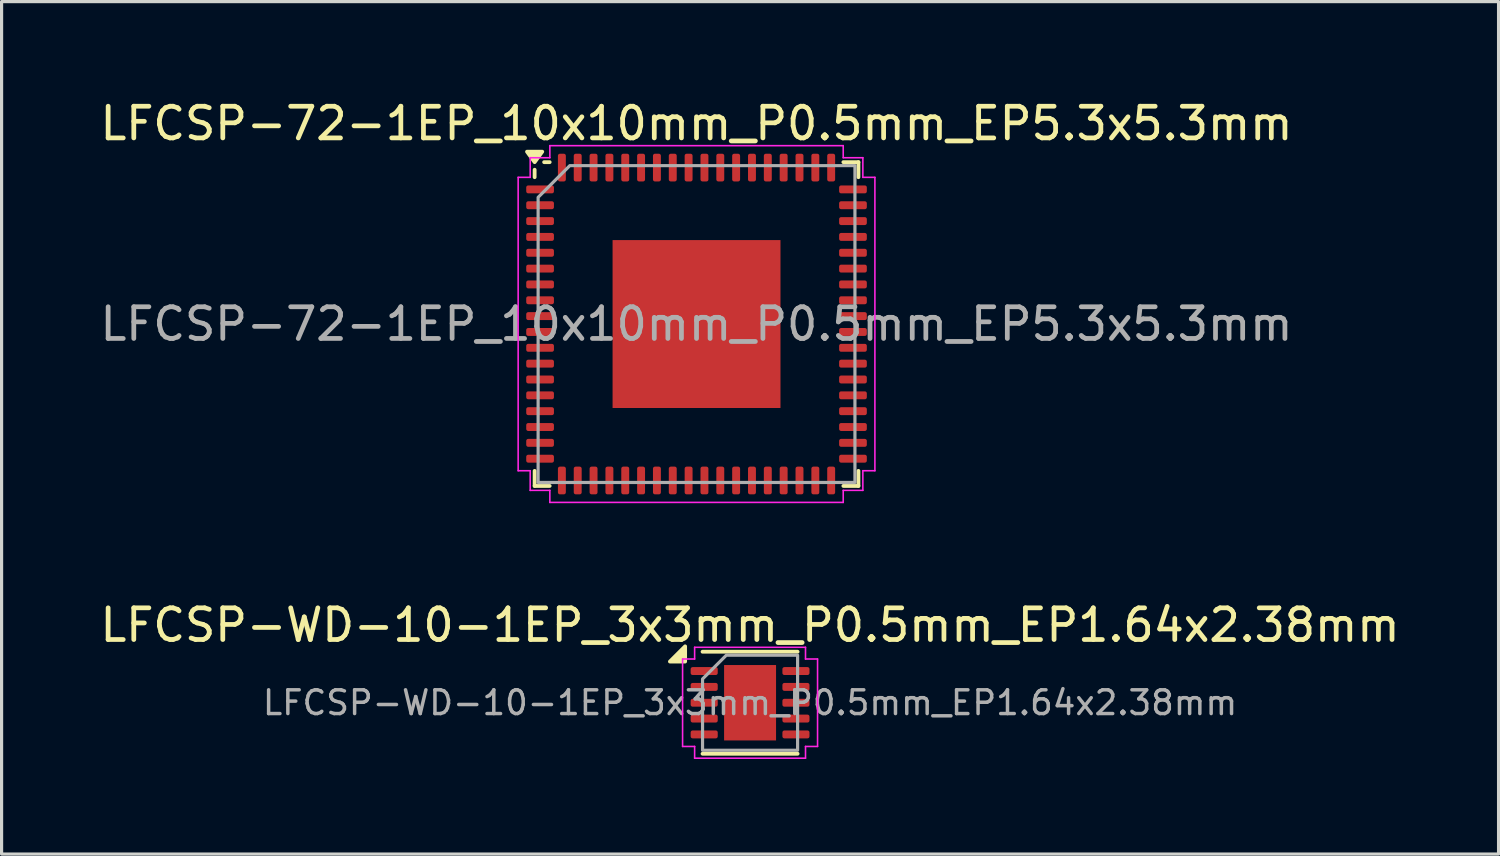
<source format=kicad_pcb>
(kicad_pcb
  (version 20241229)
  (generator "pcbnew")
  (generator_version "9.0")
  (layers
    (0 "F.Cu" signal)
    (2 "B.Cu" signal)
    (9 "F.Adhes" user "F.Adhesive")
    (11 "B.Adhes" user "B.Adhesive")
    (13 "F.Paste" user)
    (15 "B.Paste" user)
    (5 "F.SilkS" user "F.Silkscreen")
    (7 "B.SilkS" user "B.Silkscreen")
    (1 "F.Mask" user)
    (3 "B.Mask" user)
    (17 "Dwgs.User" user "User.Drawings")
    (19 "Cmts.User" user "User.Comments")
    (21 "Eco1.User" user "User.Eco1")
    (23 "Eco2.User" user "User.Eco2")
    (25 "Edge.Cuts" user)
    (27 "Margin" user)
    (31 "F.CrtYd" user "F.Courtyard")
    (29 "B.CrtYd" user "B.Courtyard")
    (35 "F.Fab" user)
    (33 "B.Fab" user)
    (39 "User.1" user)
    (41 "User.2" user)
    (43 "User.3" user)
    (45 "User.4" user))
  (footprint "LFCSP-72-1EP_10x10mm_P0.5mm_EP5.3x5.3mm"
    (layer "F.Cu")
    (at 18.935 7.178)
    (property "Reference" "LFCSP-72-1EP_10x10mm_P0.5mm_EP5.3x5.3mm" (at 0 -6.33 0) (layer "F.SilkS") (effects (font (size 1 1) (thickness 0.15))))
    (attr smd)
    (fp_line (start -5.11 -4.635) (end -5.11 -4.87) (stroke (width 0.12) (type solid)) (layer "F.SilkS"))
    (fp_line (start -5.11 5.11) (end -5.11 4.635) (stroke (width 0.12) (type solid)) (layer "F.SilkS"))
    (fp_line (start -4.635 -5.11) (end -4.81 -5.11) (stroke (width 0.12) (type solid)) (layer "F.SilkS"))
    (fp_line (start -4.635 5.11) (end -5.11 5.11) (stroke (width 0.12) (type solid)) (layer "F.SilkS"))
    (fp_line (start 4.635 -5.11) (end 5.11 -5.11) (stroke (width 0.12) (type solid)) (layer "F.SilkS"))
    (fp_line (start 4.635 5.11) (end 5.11 5.11) (stroke (width 0.12) (type solid)) (layer "F.SilkS"))
    (fp_line (start 5.11 -5.11) (end 5.11 -4.635) (stroke (width 0.12) (type solid)) (layer "F.SilkS"))
    (fp_line (start 5.11 5.11) (end 5.11 4.635) (stroke (width 0.12) (type solid)) (layer "F.SilkS"))
    (fp_poly (pts (xy -5.11 -5.11) (xy -5.35 -5.44) (xy -4.87 -5.44)) (stroke (width 0.12) (type solid)) (fill yes) (layer "F.SilkS"))
    (fp_line (start -5.63 -4.63) (end -5.25 -4.63) (stroke (width 0.05) (type solid)) (layer "F.CrtYd"))
    (fp_line (start -5.63 4.63) (end -5.63 -4.63) (stroke (width 0.05) (type solid)) (layer "F.CrtYd"))
    (fp_line (start -5.25 -5.25) (end -4.63 -5.25) (stroke (width 0.05) (type solid)) (layer "F.CrtYd"))
    (fp_line (start -5.25 -4.63) (end -5.25 -5.25) (stroke (width 0.05) (type solid)) (layer "F.CrtYd"))
    (fp_line (start -5.25 4.63) (end -5.63 4.63) (stroke (width 0.05) (type solid)) (layer "F.CrtYd"))
    (fp_line (start -5.25 5.25) (end -5.25 4.63) (stroke (width 0.05) (type solid)) (layer "F.CrtYd"))
    (fp_line (start -4.63 -5.63) (end 4.63 -5.63) (stroke (width 0.05) (type solid)) (layer "F.CrtYd"))
    (fp_line (start -4.63 -5.25) (end -4.63 -5.63) (stroke (width 0.05) (type solid)) (layer "F.CrtYd"))
    (fp_line (start -4.63 5.25) (end -5.25 5.25) (stroke (width 0.05) (type solid)) (layer "F.CrtYd"))
    (fp_line (start -4.63 5.63) (end -4.63 5.25) (stroke (width 0.05) (type solid)) (layer "F.CrtYd"))
    (fp_line (start 4.63 -5.63) (end 4.63 -5.25) (stroke (width 0.05) (type solid)) (layer "F.CrtYd"))
    (fp_line (start 4.63 -5.25) (end 5.25 -5.25) (stroke (width 0.05) (type solid)) (layer "F.CrtYd"))
    (fp_line (start 4.63 5.25) (end 4.63 5.63) (stroke (width 0.05) (type solid)) (layer "F.CrtYd"))
    (fp_line (start 4.63 5.63) (end -4.63 5.63) (stroke (width 0.05) (type solid)) (layer "F.CrtYd"))
    (fp_line (start 5.25 -5.25) (end 5.25 -4.63) (stroke (width 0.05) (type solid)) (layer "F.CrtYd"))
    (fp_line (start 5.25 -4.63) (end 5.63 -4.63) (stroke (width 0.05) (type solid)) (layer "F.CrtYd"))
    (fp_line (start 5.25 4.63) (end 5.25 5.25) (stroke (width 0.05) (type solid)) (layer "F.CrtYd"))
    (fp_line (start 5.25 5.25) (end 4.63 5.25) (stroke (width 0.05) (type solid)) (layer "F.CrtYd"))
    (fp_line (start 5.63 -4.63) (end 5.63 4.63) (stroke (width 0.05) (type solid)) (layer "F.CrtYd"))
    (fp_line (start 5.63 4.63) (end 5.25 4.63) (stroke (width 0.05) (type solid)) (layer "F.CrtYd"))
    (fp_poly (pts (xy -5 -4) (xy -5 5) (xy 5 5) (xy 5 -5) (xy -4 -5)) (stroke (width 0.1) (type solid)) (fill no) (layer "F.Fab"))
    (fp_text user "${REFERENCE}" (at 0 0 0) (layer "F.Fab") (effects (font (size 1 1) (thickness 0.15))))
    (pad "" smd roundrect (at -1.77 -1.77) (size 1.42 1.42) (layers "F.Paste") (roundrect_rratio 0.176))
    (pad "" smd roundrect (at -1.77 0) (size 1.42 1.42) (layers "F.Paste") (roundrect_rratio 0.176))
    (pad "" smd roundrect (at -1.77 1.77) (size 1.42 1.42) (layers "F.Paste") (roundrect_rratio 0.176))
    (pad "" smd roundrect (at 0 -1.77) (size 1.42 1.42) (layers "F.Paste") (roundrect_rratio 0.176))
    (pad "" smd roundrect (at 0 0) (size 1.42 1.42) (layers "F.Paste") (roundrect_rratio 0.176))
    (pad "" smd roundrect (at 0 1.77) (size 1.42 1.42) (layers "F.Paste") (roundrect_rratio 0.176))
    (pad "" smd roundrect (at 1.77 -1.77) (size 1.42 1.42) (layers "F.Paste") (roundrect_rratio 0.176))
    (pad "" smd roundrect (at 1.77 0) (size 1.42 1.42) (layers "F.Paste") (roundrect_rratio 0.176))
    (pad "" smd roundrect (at 1.77 1.77) (size 1.42 1.42) (layers "F.Paste") (roundrect_rratio 0.176))
    (pad "1" smd roundrect (at -4.938 -4.25) (size 0.875 0.25) (layers "F.Cu" "F.Mask" "F.Paste") (roundrect_rratio 0.25))
    (pad "2" smd roundrect (at -4.938 -3.75) (size 0.875 0.25) (layers "F.Cu" "F.Mask" "F.Paste") (roundrect_rratio 0.25))
    (pad "3" smd roundrect (at -4.938 -3.25) (size 0.875 0.25) (layers "F.Cu" "F.Mask" "F.Paste") (roundrect_rratio 0.25))
    (pad "4" smd roundrect (at -4.938 -2.75) (size 0.875 0.25) (layers "F.Cu" "F.Mask" "F.Paste") (roundrect_rratio 0.25))
    (pad "5" smd roundrect (at -4.938 -2.25) (size 0.875 0.25) (layers "F.Cu" "F.Mask" "F.Paste") (roundrect_rratio 0.25))
    (pad "6" smd roundrect (at -4.938 -1.75) (size 0.875 0.25) (layers "F.Cu" "F.Mask" "F.Paste") (roundrect_rratio 0.25))
    (pad "7" smd roundrect (at -4.938 -1.25) (size 0.875 0.25) (layers "F.Cu" "F.Mask" "F.Paste") (roundrect_rratio 0.25))
    (pad "8" smd roundrect (at -4.938 -0.75) (size 0.875 0.25) (layers "F.Cu" "F.Mask" "F.Paste") (roundrect_rratio 0.25))
    (pad "9" smd roundrect (at -4.938 -0.25) (size 0.875 0.25) (layers "F.Cu" "F.Mask" "F.Paste") (roundrect_rratio 0.25))
    (pad "10" smd roundrect (at -4.938 0.25) (size 0.875 0.25) (layers "F.Cu" "F.Mask" "F.Paste") (roundrect_rratio 0.25))
    (pad "11" smd roundrect (at -4.938 0.75) (size 0.875 0.25) (layers "F.Cu" "F.Mask" "F.Paste") (roundrect_rratio 0.25))
    (pad "12" smd roundrect (at -4.938 1.25) (size 0.875 0.25) (layers "F.Cu" "F.Mask" "F.Paste") (roundrect_rratio 0.25))
    (pad "13" smd roundrect (at -4.938 1.75) (size 0.875 0.25) (layers "F.Cu" "F.Mask" "F.Paste") (roundrect_rratio 0.25))
    (pad "14" smd roundrect (at -4.938 2.25) (size 0.875 0.25) (layers "F.Cu" "F.Mask" "F.Paste") (roundrect_rratio 0.25))
    (pad "15" smd roundrect (at -4.938 2.75) (size 0.875 0.25) (layers "F.Cu" "F.Mask" "F.Paste") (roundrect_rratio 0.25))
    (pad "16" smd roundrect (at -4.938 3.25) (size 0.875 0.25) (layers "F.Cu" "F.Mask" "F.Paste") (roundrect_rratio 0.25))
    (pad "17" smd roundrect (at -4.938 3.75) (size 0.875 0.25) (layers "F.Cu" "F.Mask" "F.Paste") (roundrect_rratio 0.25))
    (pad "18" smd roundrect (at -4.938 4.25) (size 0.875 0.25) (layers "F.Cu" "F.Mask" "F.Paste") (roundrect_rratio 0.25))
    (pad "19" smd roundrect (at -4.25 4.938) (size 0.25 0.875) (layers "F.Cu" "F.Mask" "F.Paste") (roundrect_rratio 0.25))
    (pad "20" smd roundrect (at -3.75 4.938) (size 0.25 0.875) (layers "F.Cu" "F.Mask" "F.Paste") (roundrect_rratio 0.25))
    (pad "21" smd roundrect (at -3.25 4.938) (size 0.25 0.875) (layers "F.Cu" "F.Mask" "F.Paste") (roundrect_rratio 0.25))
    (pad "22" smd roundrect (at -2.75 4.938) (size 0.25 0.875) (layers "F.Cu" "F.Mask" "F.Paste") (roundrect_rratio 0.25))
    (pad "23" smd roundrect (at -2.25 4.938) (size 0.25 0.875) (layers "F.Cu" "F.Mask" "F.Paste") (roundrect_rratio 0.25))
    (pad "24" smd roundrect (at -1.75 4.938) (size 0.25 0.875) (layers "F.Cu" "F.Mask" "F.Paste") (roundrect_rratio 0.25))
    (pad "25" smd roundrect (at -1.25 4.938) (size 0.25 0.875) (layers "F.Cu" "F.Mask" "F.Paste") (roundrect_rratio 0.25))
    (pad "26" smd roundrect (at -0.75 4.938) (size 0.25 0.875) (layers "F.Cu" "F.Mask" "F.Paste") (roundrect_rratio 0.25))
    (pad "27" smd roundrect (at -0.25 4.938) (size 0.25 0.875) (layers "F.Cu" "F.Mask" "F.Paste") (roundrect_rratio 0.25))
    (pad "28" smd roundrect (at 0.25 4.938) (size 0.25 0.875) (layers "F.Cu" "F.Mask" "F.Paste") (roundrect_rratio 0.25))
    (pad "29" smd roundrect (at 0.75 4.938) (size 0.25 0.875) (layers "F.Cu" "F.Mask" "F.Paste") (roundrect_rratio 0.25))
    (pad "30" smd roundrect (at 1.25 4.938) (size 0.25 0.875) (layers "F.Cu" "F.Mask" "F.Paste") (roundrect_rratio 0.25))
    (pad "31" smd roundrect (at 1.75 4.938) (size 0.25 0.875) (layers "F.Cu" "F.Mask" "F.Paste") (roundrect_rratio 0.25))
    (pad "32" smd roundrect (at 2.25 4.938) (size 0.25 0.875) (layers "F.Cu" "F.Mask" "F.Paste") (roundrect_rratio 0.25))
    (pad "33" smd roundrect (at 2.75 4.938) (size 0.25 0.875) (layers "F.Cu" "F.Mask" "F.Paste") (roundrect_rratio 0.25))
    (pad "34" smd roundrect (at 3.25 4.938) (size 0.25 0.875) (layers "F.Cu" "F.Mask" "F.Paste") (roundrect_rratio 0.25))
    (pad "35" smd roundrect (at 3.75 4.938) (size 0.25 0.875) (layers "F.Cu" "F.Mask" "F.Paste") (roundrect_rratio 0.25))
    (pad "36" smd roundrect (at 4.25 4.938) (size 0.25 0.875) (layers "F.Cu" "F.Mask" "F.Paste") (roundrect_rratio 0.25))
    (pad "37" smd roundrect (at 4.938 4.25) (size 0.875 0.25) (layers "F.Cu" "F.Mask" "F.Paste") (roundrect_rratio 0.25))
    (pad "38" smd roundrect (at 4.938 3.75) (size 0.875 0.25) (layers "F.Cu" "F.Mask" "F.Paste") (roundrect_rratio 0.25))
    (pad "39" smd roundrect (at 4.938 3.25) (size 0.875 0.25) (layers "F.Cu" "F.Mask" "F.Paste") (roundrect_rratio 0.25))
    (pad "40" smd roundrect (at 4.938 2.75) (size 0.875 0.25) (layers "F.Cu" "F.Mask" "F.Paste") (roundrect_rratio 0.25))
    (pad "41" smd roundrect (at 4.938 2.25) (size 0.875 0.25) (layers "F.Cu" "F.Mask" "F.Paste") (roundrect_rratio 0.25))
    (pad "42" smd roundrect (at 4.938 1.75) (size 0.875 0.25) (layers "F.Cu" "F.Mask" "F.Paste") (roundrect_rratio 0.25))
    (pad "43" smd roundrect (at 4.938 1.25) (size 0.875 0.25) (layers "F.Cu" "F.Mask" "F.Paste") (roundrect_rratio 0.25))
    (pad "44" smd roundrect (at 4.938 0.75) (size 0.875 0.25) (layers "F.Cu" "F.Mask" "F.Paste") (roundrect_rratio 0.25))
    (pad "45" smd roundrect (at 4.938 0.25) (size 0.875 0.25) (layers "F.Cu" "F.Mask" "F.Paste") (roundrect_rratio 0.25))
    (pad "46" smd roundrect (at 4.938 -0.25) (size 0.875 0.25) (layers "F.Cu" "F.Mask" "F.Paste") (roundrect_rratio 0.25))
    (pad "47" smd roundrect (at 4.938 -0.75) (size 0.875 0.25) (layers "F.Cu" "F.Mask" "F.Paste") (roundrect_rratio 0.25))
    (pad "48" smd roundrect (at 4.938 -1.25) (size 0.875 0.25) (layers "F.Cu" "F.Mask" "F.Paste") (roundrect_rratio 0.25))
    (pad "49" smd roundrect (at 4.938 -1.75) (size 0.875 0.25) (layers "F.Cu" "F.Mask" "F.Paste") (roundrect_rratio 0.25))
    (pad "50" smd roundrect (at 4.938 -2.25) (size 0.875 0.25) (layers "F.Cu" "F.Mask" "F.Paste") (roundrect_rratio 0.25))
    (pad "51" smd roundrect (at 4.938 -2.75) (size 0.875 0.25) (layers "F.Cu" "F.Mask" "F.Paste") (roundrect_rratio 0.25))
    (pad "52" smd roundrect (at 4.938 -3.25) (size 0.875 0.25) (layers "F.Cu" "F.Mask" "F.Paste") (roundrect_rratio 0.25))
    (pad "53" smd roundrect (at 4.938 -3.75) (size 0.875 0.25) (layers "F.Cu" "F.Mask" "F.Paste") (roundrect_rratio 0.25))
    (pad "54" smd roundrect (at 4.938 -4.25) (size 0.875 0.25) (layers "F.Cu" "F.Mask" "F.Paste") (roundrect_rratio 0.25))
    (pad "55" smd roundrect (at 4.25 -4.938) (size 0.25 0.875) (layers "F.Cu" "F.Mask" "F.Paste") (roundrect_rratio 0.25))
    (pad "56" smd roundrect (at 3.75 -4.938) (size 0.25 0.875) (layers "F.Cu" "F.Mask" "F.Paste") (roundrect_rratio 0.25))
    (pad "57" smd roundrect (at 3.25 -4.938) (size 0.25 0.875) (layers "F.Cu" "F.Mask" "F.Paste") (roundrect_rratio 0.25))
    (pad "58" smd roundrect (at 2.75 -4.938) (size 0.25 0.875) (layers "F.Cu" "F.Mask" "F.Paste") (roundrect_rratio 0.25))
    (pad "59" smd roundrect (at 2.25 -4.938) (size 0.25 0.875) (layers "F.Cu" "F.Mask" "F.Paste") (roundrect_rratio 0.25))
    (pad "60" smd roundrect (at 1.75 -4.938) (size 0.25 0.875) (layers "F.Cu" "F.Mask" "F.Paste") (roundrect_rratio 0.25))
    (pad "61" smd roundrect (at 1.25 -4.938) (size 0.25 0.875) (layers "F.Cu" "F.Mask" "F.Paste") (roundrect_rratio 0.25))
    (pad "62" smd roundrect (at 0.75 -4.938) (size 0.25 0.875) (layers "F.Cu" "F.Mask" "F.Paste") (roundrect_rratio 0.25))
    (pad "63" smd roundrect (at 0.25 -4.938) (size 0.25 0.875) (layers "F.Cu" "F.Mask" "F.Paste") (roundrect_rratio 0.25))
    (pad "64" smd roundrect (at -0.25 -4.938) (size 0.25 0.875) (layers "F.Cu" "F.Mask" "F.Paste") (roundrect_rratio 0.25))
    (pad "65" smd roundrect (at -0.75 -4.938) (size 0.25 0.875) (layers "F.Cu" "F.Mask" "F.Paste") (roundrect_rratio 0.25))
    (pad "66" smd roundrect (at -1.25 -4.938) (size 0.25 0.875) (layers "F.Cu" "F.Mask" "F.Paste") (roundrect_rratio 0.25))
    (pad "67" smd roundrect (at -1.75 -4.938) (size 0.25 0.875) (layers "F.Cu" "F.Mask" "F.Paste") (roundrect_rratio 0.25))
    (pad "68" smd roundrect (at -2.25 -4.938) (size 0.25 0.875) (layers "F.Cu" "F.Mask" "F.Paste") (roundrect_rratio 0.25))
    (pad "69" smd roundrect (at -2.75 -4.938) (size 0.25 0.875) (layers "F.Cu" "F.Mask" "F.Paste") (roundrect_rratio 0.25))
    (pad "70" smd roundrect (at -3.25 -4.938) (size 0.25 0.875) (layers "F.Cu" "F.Mask" "F.Paste") (roundrect_rratio 0.25))
    (pad "71" smd roundrect (at -3.75 -4.938) (size 0.25 0.875) (layers "F.Cu" "F.Mask" "F.Paste") (roundrect_rratio 0.25))
    (pad "72" smd roundrect (at -4.25 -4.938) (size 0.25 0.875) (layers "F.Cu" "F.Mask" "F.Paste") (roundrect_rratio 0.25))
    (pad "73" smd rect (at 0 0) (size 5.3 5.3) (property pad_prop_heatsink) (layers "F.Cu" "F.Mask")))
  (footprint "LFCSP-WD-10-1EP_3x3mm_P0.5mm_EP1.64x2.38mm"
    (layer "F.Cu")
    (at 20.625 19.131)
    (property "Reference" "LFCSP-WD-10-1EP_3x3mm_P0.5mm_EP1.64x2.38mm" (at 0 -2.45 0) (layer "F.SilkS") (effects (font (size 1 1) (thickness 0.15))))
    (attr smd)
    (fp_line (start -1.5 -1.61) (end 1.5 -1.61) (stroke (width 0.12) (type solid)) (layer "F.SilkS"))
    (fp_line (start -1.5 1.61) (end 1.5 1.61) (stroke (width 0.12) (type solid)) (layer "F.SilkS"))
    (fp_poly (pts (xy -2.05 -1.3) (xy -2.53 -1.3) (xy -2.05 -1.78)) (stroke (width 0.12) (type solid)) (fill yes) (layer "F.SilkS"))
    (fp_line (start -2.13 -1.38) (end -1.75 -1.38) (stroke (width 0.05) (type solid)) (layer "F.CrtYd"))
    (fp_line (start -2.13 1.38) (end -2.13 -1.38) (stroke (width 0.05) (type solid)) (layer "F.CrtYd"))
    (fp_line (start -1.75 -1.75) (end 1.75 -1.75) (stroke (width 0.05) (type solid)) (layer "F.CrtYd"))
    (fp_line (start -1.75 -1.38) (end -1.75 -1.75) (stroke (width 0.05) (type solid)) (layer "F.CrtYd"))
    (fp_line (start -1.75 1.38) (end -2.13 1.38) (stroke (width 0.05) (type solid)) (layer "F.CrtYd"))
    (fp_line (start -1.75 1.75) (end -1.75 1.38) (stroke (width 0.05) (type solid)) (layer "F.CrtYd"))
    (fp_line (start 1.75 -1.75) (end 1.75 -1.38) (stroke (width 0.05) (type solid)) (layer "F.CrtYd"))
    (fp_line (start 1.75 -1.38) (end 2.13 -1.38) (stroke (width 0.05) (type solid)) (layer "F.CrtYd"))
    (fp_line (start 1.75 1.38) (end 1.75 1.75) (stroke (width 0.05) (type solid)) (layer "F.CrtYd"))
    (fp_line (start 1.75 1.75) (end -1.75 1.75) (stroke (width 0.05) (type solid)) (layer "F.CrtYd"))
    (fp_line (start 2.13 -1.38) (end 2.13 1.38) (stroke (width 0.05) (type solid)) (layer "F.CrtYd"))
    (fp_line (start 2.13 1.38) (end 1.75 1.38) (stroke (width 0.05) (type solid)) (layer "F.CrtYd"))
    (fp_poly (pts (xy -1.5 -0.75) (xy -1.5 1.5) (xy 1.5 1.5) (xy 1.5 -1.5) (xy -0.75 -1.5)) (stroke (width 0.1) (type solid)) (fill no) (layer "F.Fab"))
    (fp_text user "${REFERENCE}" (at 0 0 0) (layer "F.Fab") (effects (font (size 0.75 0.75) (thickness 0.11))))
    (pad "" smd roundrect (at -0.41 -0.79) (size 0.66 0.64) (layers "F.Paste") (roundrect_rratio 0.25))
    (pad "" smd roundrect (at -0.41 0) (size 0.66 0.64) (layers "F.Paste") (roundrect_rratio 0.25))
    (pad "" smd roundrect (at -0.41 0.79) (size 0.66 0.64) (layers "F.Paste") (roundrect_rratio 0.25))
    (pad "" smd roundrect (at 0.41 -0.79) (size 0.66 0.64) (layers "F.Paste") (roundrect_rratio 0.25))
    (pad "" smd roundrect (at 0.41 0) (size 0.66 0.64) (layers "F.Paste") (roundrect_rratio 0.25))
    (pad "" smd roundrect (at 0.41 0.79) (size 0.66 0.64) (layers "F.Paste") (roundrect_rratio 0.25))
    (pad "1" smd roundrect (at -1.448 -1) (size 0.855 0.25) (layers "F.Cu" "F.Mask" "F.Paste") (roundrect_rratio 0.25))
    (pad "2" smd roundrect (at -1.448 -0.5) (size 0.855 0.25) (layers "F.Cu" "F.Mask" "F.Paste") (roundrect_rratio 0.25))
    (pad "3" smd roundrect (at -1.448 0) (size 0.855 0.25) (layers "F.Cu" "F.Mask" "F.Paste") (roundrect_rratio 0.25))
    (pad "4" smd roundrect (at -1.448 0.5) (size 0.855 0.25) (layers "F.Cu" "F.Mask" "F.Paste") (roundrect_rratio 0.25))
    (pad "5" smd roundrect (at -1.448 1) (size 0.855 0.25) (layers "F.Cu" "F.Mask" "F.Paste") (roundrect_rratio 0.25))
    (pad "6" smd roundrect (at 1.448 1) (size 0.855 0.25) (layers "F.Cu" "F.Mask" "F.Paste") (roundrect_rratio 0.25))
    (pad "7" smd roundrect (at 1.448 0.5) (size 0.855 0.25) (layers "F.Cu" "F.Mask" "F.Paste") (roundrect_rratio 0.25))
    (pad "8" smd roundrect (at 1.448 0) (size 0.855 0.25) (layers "F.Cu" "F.Mask" "F.Paste") (roundrect_rratio 0.25))
    (pad "9" smd roundrect (at 1.448 -0.5) (size 0.855 0.25) (layers "F.Cu" "F.Mask" "F.Paste") (roundrect_rratio 0.25))
    (pad "10" smd roundrect (at 1.448 -1) (size 0.855 0.25) (layers "F.Cu" "F.Mask" "F.Paste") (roundrect_rratio 0.25))
    (pad "11" smd rect (at 0 0) (size 1.64 2.38) (property pad_prop_heatsink) (layers "F.Cu" "F.Mask")))
  (gr_rect
    (start -3 -3)
    (end 44.25 23.907)
    (stroke (width 0.1) (type default))
    (fill no)
    (layer "Edge.Cuts")))
</source>
